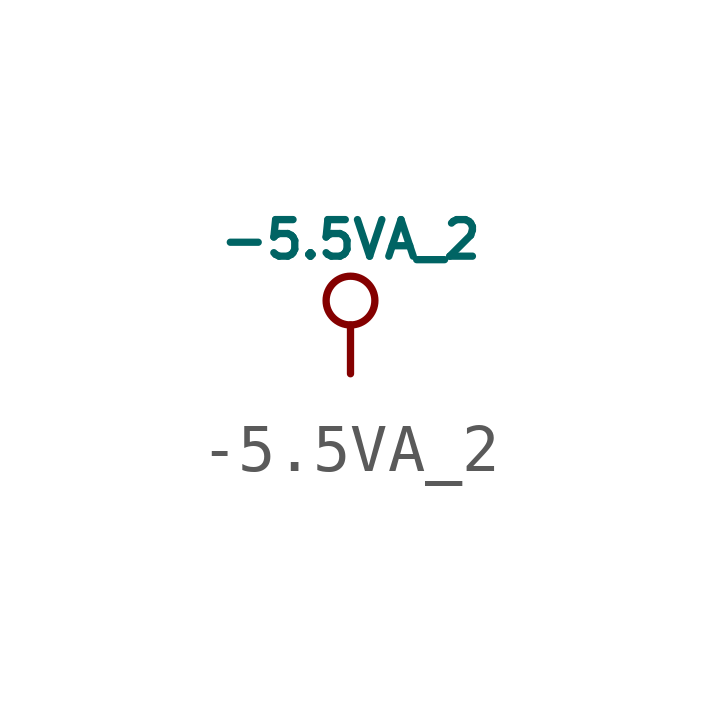
<source format=kicad_sym>
(kicad_symbol_lib
  (version 20241209)
  (generator "kicad_symbol_editor")
  (generator_version "9.0")
  (symbol "-5.5VA_2"
    (power)
    (pin_names
      (offset 0))
    (property "Reference" "#PWR"
      (at 0 -1.016 0)
      (effects (font (size 0.762 0.762)) (hide yes)))
    (property "Value" "-5.5VA_2"
      (at 0 2.794 0)
      (effects (font (size 0.762 0.762))))
    (property "Footprint" ""
      (at 0 0 0)
      (effects (font (size 1.524 1.524))))
    (property "Datasheet" ""
      (at 0 0 0)
      (effects (font (size 1.524 1.524))))
    (symbol "-5.5VA_2_0_1"
      (circle (center 0 1.524) (radius 0.508) (stroke (width 0) (type default)) (fill (type none)))
      (polyline (pts (xy 0 0) (xy 0 1.016) (xy 0 1.016)) (stroke (width 0) (type default)) (fill (type none))))
    (symbol "-5.5VA_2_1_0"
      (pin power_in line (at 0 0 90) (length 0) (hide yes) (name "-5.5VA_2" (effects (font (size 0.762 0.762)))) (number "1" (effects (font (size 0.762 0.762))))))))
</source>
